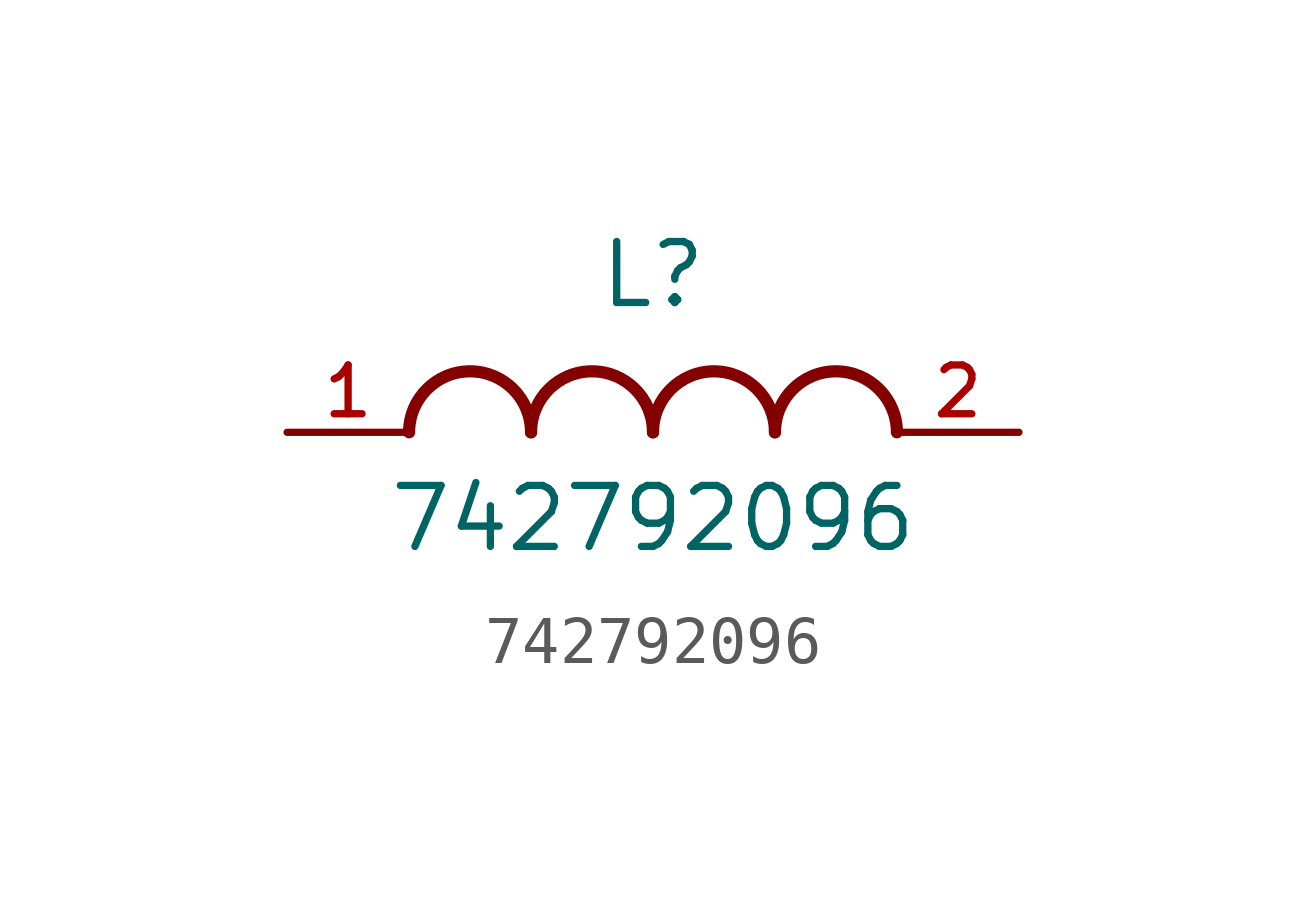
<source format=kicad_sym>
(kicad_symbol_lib
  (version 20231120)
  (generator "kicad_symbol_editor")
  (generator_version "8.0")
  (symbol "742792096"
    (pin_names
      (offset 1.016))
    (property "Reference" "L"
      (at 0 2.54 0)
      (effects (font (size 1.27 1.27)) (justify bottom)))
    (property "Value" "742792096"
      (at 0 -2.54 0)
      (effects (font (size 1.27 1.27)) (justify bottom)))
    (symbol "742792096_0_0"
      (arc (start -2.54 0) (mid -3.81 1.2645) (end -5.08 0) (stroke (width 0.254) (type default)) (fill (type none)))
      (arc (start 0 0) (mid -1.27 1.2645) (end -2.54 0) (stroke (width 0.254) (type default)) (fill (type none)))
      (arc (start 2.54 0) (mid 1.27 1.2645) (end 0 0) (stroke (width 0.254) (type default)) (fill (type none)))
      (arc (start 5.08 0) (mid 3.81 1.2645) (end 2.54 0) (stroke (width 0.254) (type default)) (fill (type none)))
      (pin passive line (at -7.62 0 0) (length 2.54) (name "~" (effects (font (size 1.016 1.016)))) (number "1" (effects (font (size 1.016 1.016)))))
      (pin passive line (at 7.62 0 180) (length 2.54) (name "~" (effects (font (size 1.016 1.016)))) (number "2" (effects (font (size 1.016 1.016))))))))
</source>
